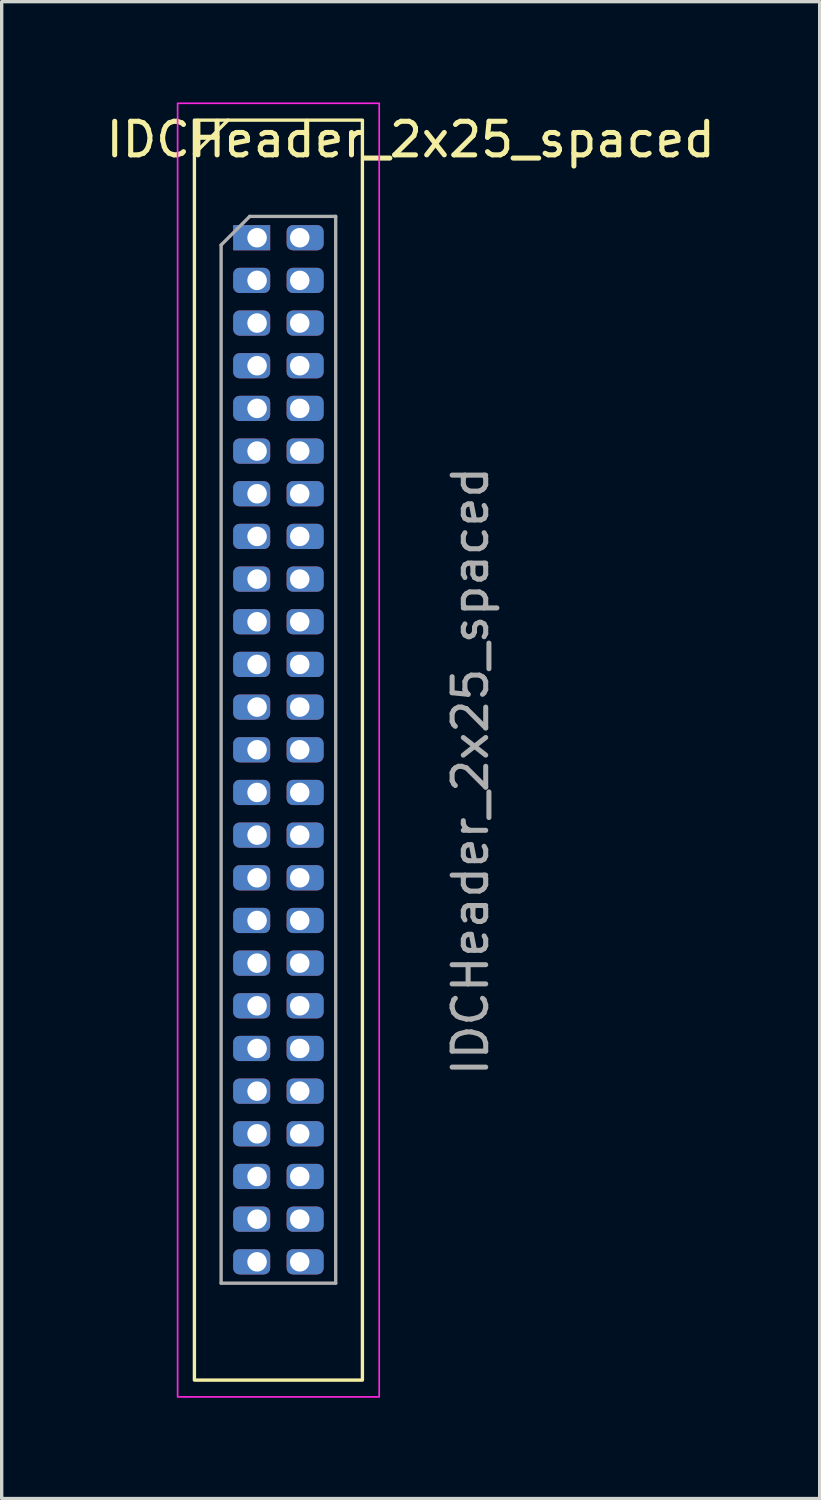
<source format=kicad_pcb>
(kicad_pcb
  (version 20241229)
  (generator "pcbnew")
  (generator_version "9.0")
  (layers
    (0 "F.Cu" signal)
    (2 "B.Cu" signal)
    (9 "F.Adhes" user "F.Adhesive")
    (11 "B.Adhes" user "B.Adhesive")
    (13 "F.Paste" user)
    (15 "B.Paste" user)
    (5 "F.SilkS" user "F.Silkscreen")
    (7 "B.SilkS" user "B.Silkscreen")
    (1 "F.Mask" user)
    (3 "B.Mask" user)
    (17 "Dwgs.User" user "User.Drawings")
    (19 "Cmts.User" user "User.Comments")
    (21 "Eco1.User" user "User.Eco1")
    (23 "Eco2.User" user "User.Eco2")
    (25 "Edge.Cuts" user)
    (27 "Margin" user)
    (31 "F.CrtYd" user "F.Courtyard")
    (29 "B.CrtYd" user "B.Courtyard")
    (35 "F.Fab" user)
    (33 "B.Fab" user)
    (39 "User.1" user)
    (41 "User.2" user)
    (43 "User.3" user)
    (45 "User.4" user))
  (footprint "IDCHeader_2x25_spaced"
    (layer "F.Cu")
    (at 5.236 4.025)
    (property "Reference" "IDCHeader_2x25_spaced" (at 3.937 -2.921 0) (layer "F.SilkS") (effects (font (size 1 1) (thickness 0.15))))
    (attr through_hole)
    (fp_line (start -1.5 -3.5) (end -2.5 -2.5) (stroke (width 0.1) (type default)) (layer "F.SilkS"))
    (fp_rect (start -2.5 -3.5) (end 2.5 34) (stroke (width 0.1) (type default)) (fill no) (layer "F.SilkS"))
    (fp_rect (start -3 -4) (end 3 34.5) (stroke (width 0.05) (type default)) (fill no) (layer "F.CrtYd"))
    (fp_line (start -1.705 0.217) (end -0.853 -0.635) (stroke (width 0.1) (type solid)) (layer "F.Fab"))
    (fp_line (start -1.705 31.115) (end -1.705 0.217) (stroke (width 0.1) (type solid)) (layer "F.Fab"))
    (fp_line (start -0.853 -0.635) (end 1.705 -0.635) (stroke (width 0.1) (type solid)) (layer "F.Fab"))
    (fp_line (start 1.705 -0.635) (end 1.705 31.115) (stroke (width 0.1) (type solid)) (layer "F.Fab"))
    (fp_line (start 1.705 31.115) (end -1.705 31.115) (stroke (width 0.1) (type solid)) (layer "F.Fab"))
    (fp_text user "${REFERENCE}" (at 5.715 15.875 90) (layer "F.Fab") (effects (font (size 1 1) (thickness 0.15))))
    (pad "1" thru_hole rect (at -0.635 0 180) (size 1.1 0.75) (drill 0.58 (offset 0.16 0)) (layers "*.Cu" "*.Mask"))
    (pad "2" thru_hole roundrect (at 0.635 0) (size 1.1 0.75) (drill 0.58 (offset 0.16 0)) (layers "*.Cu" "*.Mask") (roundrect_rratio 0.25))
    (pad "3" thru_hole roundrect (at -0.635 1.27 180) (size 1.1 0.75) (drill 0.58 (offset 0.16 0)) (layers "*.Cu" "*.Mask") (roundrect_rratio 0.25))
    (pad "4" thru_hole roundrect (at 0.635 1.27) (size 1.1 0.75) (drill 0.58 (offset 0.16 0)) (layers "*.Cu" "*.Mask") (roundrect_rratio 0.25))
    (pad "5" thru_hole roundrect (at -0.635 2.54 180) (size 1.1 0.75) (drill 0.58 (offset 0.16 0)) (layers "*.Cu" "*.Mask") (roundrect_rratio 0.25))
    (pad "6" thru_hole roundrect (at 0.635 2.54) (size 1.1 0.75) (drill 0.58 (offset 0.16 0)) (layers "*.Cu" "*.Mask") (roundrect_rratio 0.25))
    (pad "7" thru_hole roundrect (at -0.635 3.81 180) (size 1.1 0.75) (drill 0.58 (offset 0.16 0)) (layers "*.Cu" "*.Mask") (roundrect_rratio 0.25))
    (pad "8" thru_hole roundrect (at 0.635 3.81) (size 1.1 0.75) (drill 0.58 (offset 0.16 0)) (layers "*.Cu" "*.Mask") (roundrect_rratio 0.25))
    (pad "9" thru_hole roundrect (at -0.635 5.08 180) (size 1.1 0.75) (drill 0.58 (offset 0.16 0)) (layers "*.Cu" "*.Mask") (roundrect_rratio 0.25))
    (pad "10" thru_hole roundrect (at 0.635 5.08) (size 1.1 0.75) (drill 0.58 (offset 0.16 0)) (layers "*.Cu" "*.Mask") (roundrect_rratio 0.25))
    (pad "11" thru_hole roundrect (at -0.635 6.35 180) (size 1.1 0.75) (drill 0.58 (offset 0.16 0)) (layers "*.Cu" "*.Mask") (roundrect_rratio 0.25))
    (pad "12" thru_hole roundrect (at 0.635 6.35) (size 1.1 0.75) (drill 0.58 (offset 0.16 0)) (layers "*.Cu" "*.Mask") (roundrect_rratio 0.25))
    (pad "13" thru_hole roundrect (at -0.635 7.62 180) (size 1.1 0.75) (drill 0.58 (offset 0.16 0)) (layers "*.Cu" "*.Mask") (roundrect_rratio 0.25))
    (pad "14" thru_hole roundrect (at 0.635 7.62) (size 1.1 0.75) (drill 0.58 (offset 0.16 0)) (layers "*.Cu" "*.Mask") (roundrect_rratio 0.25))
    (pad "15" thru_hole roundrect (at -0.635 8.89 180) (size 1.1 0.75) (drill 0.58 (offset 0.16 0)) (layers "*.Cu" "*.Mask") (roundrect_rratio 0.25))
    (pad "16" thru_hole roundrect (at 0.635 8.89) (size 1.1 0.75) (drill 0.58 (offset 0.16 0)) (layers "*.Cu" "*.Mask") (roundrect_rratio 0.25))
    (pad "17" thru_hole roundrect (at -0.635 10.16 180) (size 1.1 0.75) (drill 0.58 (offset 0.16 0)) (layers "*.Cu" "*.Mask") (roundrect_rratio 0.25))
    (pad "18" thru_hole roundrect (at 0.635 10.16) (size 1.1 0.75) (drill 0.58 (offset 0.16 0)) (layers "*.Cu" "*.Mask") (roundrect_rratio 0.25))
    (pad "19" thru_hole roundrect (at -0.635 11.43 180) (size 1.1 0.75) (drill 0.58 (offset 0.16 0)) (layers "*.Cu" "*.Mask") (roundrect_rratio 0.25))
    (pad "20" thru_hole roundrect (at 0.635 11.43) (size 1.1 0.75) (drill 0.58 (offset 0.16 0)) (layers "*.Cu" "*.Mask") (roundrect_rratio 0.25))
    (pad "21" thru_hole roundrect (at -0.635 12.7 180) (size 1.1 0.75) (drill 0.58 (offset 0.16 0)) (layers "*.Cu" "*.Mask") (roundrect_rratio 0.25))
    (pad "22" thru_hole roundrect (at 0.635 12.7) (size 1.1 0.75) (drill 0.58 (offset 0.16 0)) (layers "*.Cu" "*.Mask") (roundrect_rratio 0.25))
    (pad "23" thru_hole roundrect (at -0.635 13.97 180) (size 1.1 0.75) (drill 0.58 (offset 0.16 0)) (layers "*.Cu" "*.Mask") (roundrect_rratio 0.25))
    (pad "24" thru_hole roundrect (at 0.635 13.97) (size 1.1 0.75) (drill 0.58 (offset 0.16 0)) (layers "*.Cu" "*.Mask") (roundrect_rratio 0.25))
    (pad "25" thru_hole roundrect (at -0.635 15.24 180) (size 1.1 0.75) (drill 0.58 (offset 0.16 0)) (layers "*.Cu" "*.Mask") (roundrect_rratio 0.25))
    (pad "26" thru_hole roundrect (at 0.635 15.24) (size 1.1 0.75) (drill 0.58 (offset 0.16 0)) (layers "*.Cu" "*.Mask") (roundrect_rratio 0.25))
    (pad "27" thru_hole roundrect (at -0.635 16.51 180) (size 1.1 0.75) (drill 0.58 (offset 0.16 0)) (layers "*.Cu" "*.Mask") (roundrect_rratio 0.25))
    (pad "28" thru_hole roundrect (at 0.635 16.51) (size 1.1 0.75) (drill 0.58 (offset 0.16 0)) (layers "*.Cu" "*.Mask") (roundrect_rratio 0.25))
    (pad "29" thru_hole roundrect (at -0.635 17.78 180) (size 1.1 0.75) (drill 0.58 (offset 0.16 0)) (layers "*.Cu" "*.Mask") (roundrect_rratio 0.25))
    (pad "30" thru_hole roundrect (at 0.635 17.78) (size 1.1 0.75) (drill 0.58 (offset 0.16 0)) (layers "*.Cu" "*.Mask") (roundrect_rratio 0.25))
    (pad "31" thru_hole roundrect (at -0.635 19.05 180) (size 1.1 0.75) (drill 0.58 (offset 0.16 0)) (layers "*.Cu" "*.Mask") (roundrect_rratio 0.25))
    (pad "32" thru_hole roundrect (at 0.635 19.05) (size 1.1 0.75) (drill 0.58 (offset 0.16 0)) (layers "*.Cu" "*.Mask") (roundrect_rratio 0.25))
    (pad "33" thru_hole roundrect (at -0.635 20.32 180) (size 1.1 0.75) (drill 0.58 (offset 0.16 0)) (layers "*.Cu" "*.Mask") (roundrect_rratio 0.25))
    (pad "34" thru_hole roundrect (at 0.635 20.32) (size 1.1 0.75) (drill 0.58 (offset 0.16 0)) (layers "*.Cu" "*.Mask") (roundrect_rratio 0.25))
    (pad "35" thru_hole roundrect (at -0.635 21.59 180) (size 1.1 0.75) (drill 0.58 (offset 0.16 0)) (layers "*.Cu" "*.Mask") (roundrect_rratio 0.25))
    (pad "36" thru_hole roundrect (at 0.635 21.59) (size 1.1 0.75) (drill 0.58 (offset 0.16 0)) (layers "*.Cu" "*.Mask") (roundrect_rratio 0.25))
    (pad "37" thru_hole roundrect (at -0.635 22.86 180) (size 1.1 0.75) (drill 0.58 (offset 0.16 0)) (layers "*.Cu" "*.Mask") (roundrect_rratio 0.25))
    (pad "38" thru_hole roundrect (at 0.635 22.86) (size 1.1 0.75) (drill 0.58 (offset 0.16 0)) (layers "*.Cu" "*.Mask") (roundrect_rratio 0.25))
    (pad "39" thru_hole roundrect (at -0.635 24.13 180) (size 1.1 0.75) (drill 0.58 (offset 0.16 0)) (layers "*.Cu" "*.Mask") (roundrect_rratio 0.25))
    (pad "40" thru_hole roundrect (at 0.635 24.13) (size 1.1 0.75) (drill 0.58 (offset 0.16 0)) (layers "*.Cu" "*.Mask") (roundrect_rratio 0.25))
    (pad "41" thru_hole roundrect (at -0.635 25.4 180) (size 1.1 0.75) (drill 0.58 (offset 0.16 0)) (layers "*.Cu" "*.Mask") (roundrect_rratio 0.25))
    (pad "42" thru_hole roundrect (at 0.635 25.4) (size 1.1 0.75) (drill 0.58 (offset 0.16 0)) (layers "*.Cu" "*.Mask") (roundrect_rratio 0.25))
    (pad "43" thru_hole roundrect (at -0.635 26.67 180) (size 1.1 0.75) (drill 0.58 (offset 0.16 0)) (layers "*.Cu" "*.Mask") (roundrect_rratio 0.25))
    (pad "44" thru_hole roundrect (at 0.635 26.67) (size 1.1 0.75) (drill 0.58 (offset 0.16 0)) (layers "*.Cu" "*.Mask") (roundrect_rratio 0.25))
    (pad "45" thru_hole roundrect (at -0.635 27.94 180) (size 1.1 0.75) (drill 0.58 (offset 0.16 0)) (layers "*.Cu" "*.Mask") (roundrect_rratio 0.25))
    (pad "46" thru_hole roundrect (at 0.635 27.94) (size 1.1 0.75) (drill 0.58 (offset 0.16 0)) (layers "*.Cu" "*.Mask") (roundrect_rratio 0.25))
    (pad "47" thru_hole roundrect (at -0.635 29.21 180) (size 1.1 0.75) (drill 0.58 (offset 0.16 0)) (layers "*.Cu" "*.Mask") (roundrect_rratio 0.25))
    (pad "48" thru_hole roundrect (at 0.635 29.21) (size 1.1 0.75) (drill 0.58 (offset 0.16 0)) (layers "*.Cu" "*.Mask") (roundrect_rratio 0.25))
    (pad "49" thru_hole roundrect (at -0.635 30.48 180) (size 1.1 0.75) (drill 0.58 (offset 0.16 0)) (layers "*.Cu" "*.Mask") (roundrect_rratio 0.25))
    (pad "50" thru_hole roundrect (at 0.635 30.48) (size 1.1 0.75) (drill 0.58 (offset 0.16 0)) (layers "*.Cu" "*.Mask") (roundrect_rratio 0.25)))
  (gr_rect
    (start -3 -3)
    (end 21.345 41.55)
    (stroke (width 0.1) (type default))
    (fill no)
    (layer "Edge.Cuts")))
</source>
